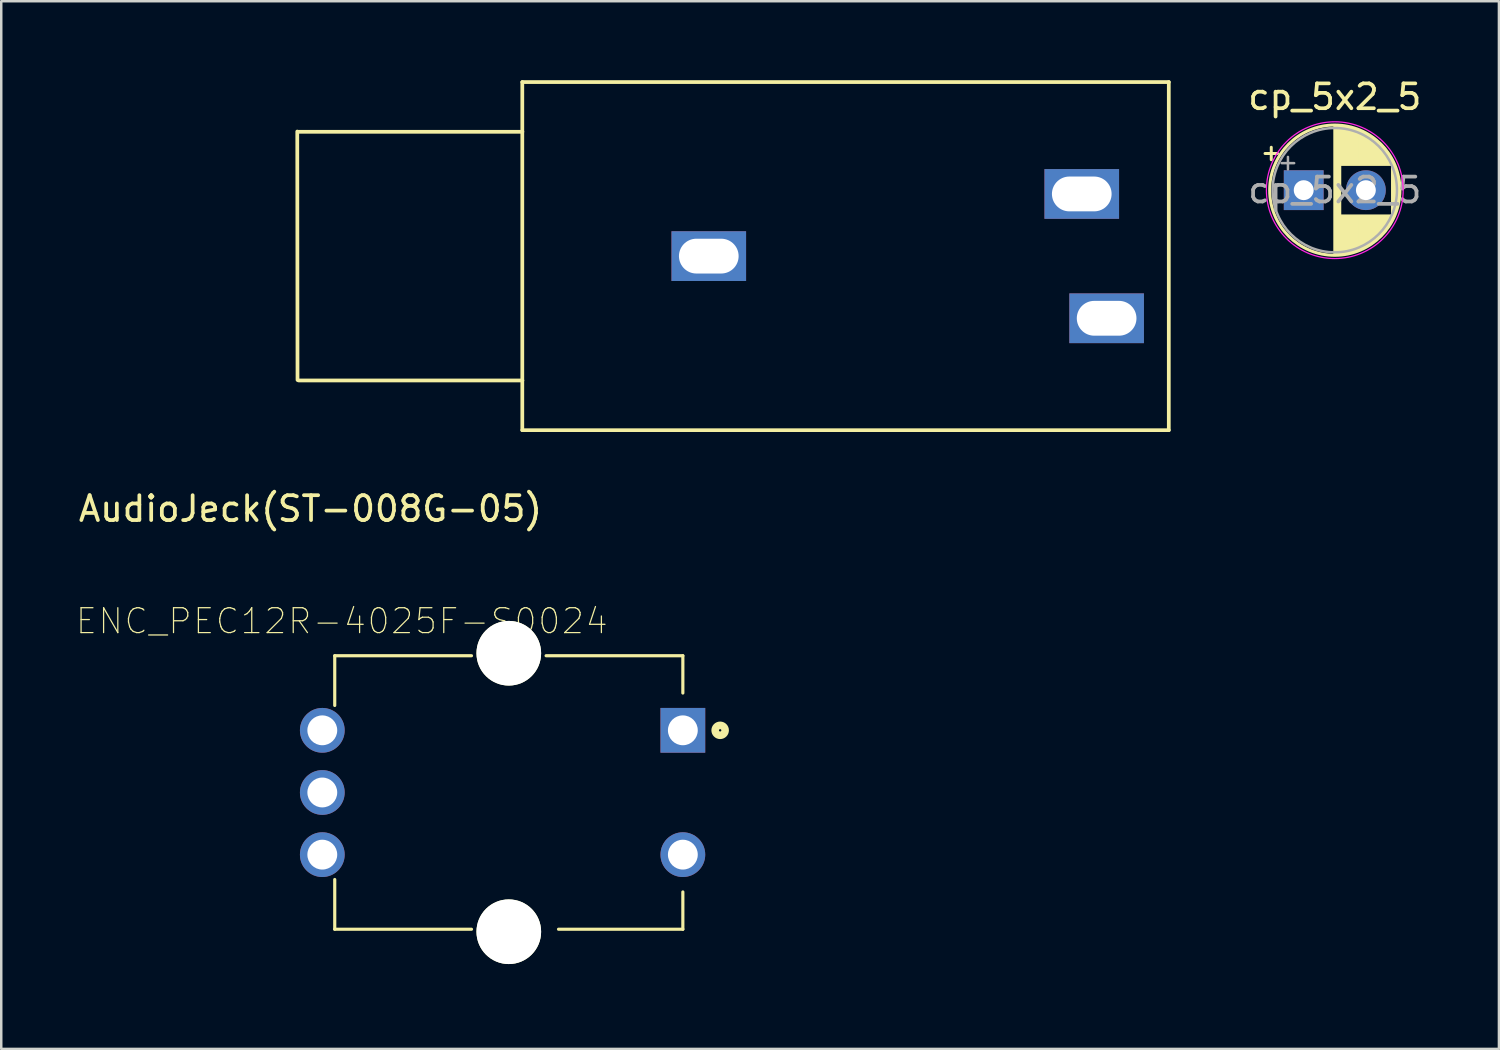
<source format=kicad_pcb>
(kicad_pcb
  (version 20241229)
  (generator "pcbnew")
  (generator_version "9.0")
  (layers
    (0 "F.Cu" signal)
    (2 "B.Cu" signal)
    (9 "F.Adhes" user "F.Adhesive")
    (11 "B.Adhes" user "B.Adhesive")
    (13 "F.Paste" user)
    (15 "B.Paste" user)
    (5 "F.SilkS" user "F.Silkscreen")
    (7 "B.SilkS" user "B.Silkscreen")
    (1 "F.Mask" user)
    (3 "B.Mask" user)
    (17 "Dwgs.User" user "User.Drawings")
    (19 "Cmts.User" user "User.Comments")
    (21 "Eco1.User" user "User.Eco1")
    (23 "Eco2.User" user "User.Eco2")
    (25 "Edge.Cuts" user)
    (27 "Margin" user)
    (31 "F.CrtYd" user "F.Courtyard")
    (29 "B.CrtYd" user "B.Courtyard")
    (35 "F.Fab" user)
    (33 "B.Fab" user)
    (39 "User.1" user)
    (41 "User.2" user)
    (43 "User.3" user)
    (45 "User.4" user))
  (footprint "cp_5x2_5"
    (layer "F.Cu")
    (at 49.381 4.598)
    (property "Reference" "cp_5x2_5" (at 1.25 -3.75 0) (layer "F.SilkS") (effects (font (size 1 1) (thickness 0.15))))
    (attr through_hole)
    (fp_line (start -1.555 -1.475) (end -1.055 -1.475) (stroke (width 0.12) (type solid)) (layer "F.SilkS"))
    (fp_line (start -1.305 -1.725) (end -1.305 -1.225) (stroke (width 0.12) (type solid)) (layer "F.SilkS"))
    (fp_line (start 1.25 -2.58) (end 1.25 2.58) (stroke (width 0.12) (type solid)) (layer "F.SilkS"))
    (fp_line (start 1.29 -2.58) (end 1.29 2.58) (stroke (width 0.12) (type solid)) (layer "F.SilkS"))
    (fp_line (start 1.33 -2.579) (end 1.33 2.579) (stroke (width 0.12) (type solid)) (layer "F.SilkS"))
    (fp_line (start 1.37 -2.578) (end 1.37 2.578) (stroke (width 0.12) (type solid)) (layer "F.SilkS"))
    (fp_line (start 1.41 -2.576) (end 1.41 2.576) (stroke (width 0.12) (type solid)) (layer "F.SilkS"))
    (fp_line (start 1.45 -2.573) (end 1.45 2.573) (stroke (width 0.12) (type solid)) (layer "F.SilkS"))
    (fp_line (start 1.49 -2.569) (end 1.49 -1.04) (stroke (width 0.12) (type solid)) (layer "F.SilkS"))
    (fp_line (start 1.49 1.04) (end 1.49 2.569) (stroke (width 0.12) (type solid)) (layer "F.SilkS"))
    (fp_line (start 1.53 -2.565) (end 1.53 -1.04) (stroke (width 0.12) (type solid)) (layer "F.SilkS"))
    (fp_line (start 1.53 1.04) (end 1.53 2.565) (stroke (width 0.12) (type solid)) (layer "F.SilkS"))
    (fp_line (start 1.57 -2.561) (end 1.57 -1.04) (stroke (width 0.12) (type solid)) (layer "F.SilkS"))
    (fp_line (start 1.57 1.04) (end 1.57 2.561) (stroke (width 0.12) (type solid)) (layer "F.SilkS"))
    (fp_line (start 1.61 -2.556) (end 1.61 -1.04) (stroke (width 0.12) (type solid)) (layer "F.SilkS"))
    (fp_line (start 1.61 1.04) (end 1.61 2.556) (stroke (width 0.12) (type solid)) (layer "F.SilkS"))
    (fp_line (start 1.65 -2.55) (end 1.65 -1.04) (stroke (width 0.12) (type solid)) (layer "F.SilkS"))
    (fp_line (start 1.65 1.04) (end 1.65 2.55) (stroke (width 0.12) (type solid)) (layer "F.SilkS"))
    (fp_line (start 1.69 -2.543) (end 1.69 -1.04) (stroke (width 0.12) (type solid)) (layer "F.SilkS"))
    (fp_line (start 1.69 1.04) (end 1.69 2.543) (stroke (width 0.12) (type solid)) (layer "F.SilkS"))
    (fp_line (start 1.73 -2.536) (end 1.73 -1.04) (stroke (width 0.12) (type solid)) (layer "F.SilkS"))
    (fp_line (start 1.73 1.04) (end 1.73 2.536) (stroke (width 0.12) (type solid)) (layer "F.SilkS"))
    (fp_line (start 1.77 -2.528) (end 1.77 -1.04) (stroke (width 0.12) (type solid)) (layer "F.SilkS"))
    (fp_line (start 1.77 1.04) (end 1.77 2.528) (stroke (width 0.12) (type solid)) (layer "F.SilkS"))
    (fp_line (start 1.81 -2.52) (end 1.81 -1.04) (stroke (width 0.12) (type solid)) (layer "F.SilkS"))
    (fp_line (start 1.81 1.04) (end 1.81 2.52) (stroke (width 0.12) (type solid)) (layer "F.SilkS"))
    (fp_line (start 1.85 -2.511) (end 1.85 -1.04) (stroke (width 0.12) (type solid)) (layer "F.SilkS"))
    (fp_line (start 1.85 1.04) (end 1.85 2.511) (stroke (width 0.12) (type solid)) (layer "F.SilkS"))
    (fp_line (start 1.89 -2.501) (end 1.89 -1.04) (stroke (width 0.12) (type solid)) (layer "F.SilkS"))
    (fp_line (start 1.89 1.04) (end 1.89 2.501) (stroke (width 0.12) (type solid)) (layer "F.SilkS"))
    (fp_line (start 1.93 -2.491) (end 1.93 -1.04) (stroke (width 0.12) (type solid)) (layer "F.SilkS"))
    (fp_line (start 1.93 1.04) (end 1.93 2.491) (stroke (width 0.12) (type solid)) (layer "F.SilkS"))
    (fp_line (start 1.971 -2.48) (end 1.971 -1.04) (stroke (width 0.12) (type solid)) (layer "F.SilkS"))
    (fp_line (start 1.971 1.04) (end 1.971 2.48) (stroke (width 0.12) (type solid)) (layer "F.SilkS"))
    (fp_line (start 2.011 -2.468) (end 2.011 -1.04) (stroke (width 0.12) (type solid)) (layer "F.SilkS"))
    (fp_line (start 2.011 1.04) (end 2.011 2.468) (stroke (width 0.12) (type solid)) (layer "F.SilkS"))
    (fp_line (start 2.051 -2.455) (end 2.051 -1.04) (stroke (width 0.12) (type solid)) (layer "F.SilkS"))
    (fp_line (start 2.051 1.04) (end 2.051 2.455) (stroke (width 0.12) (type solid)) (layer "F.SilkS"))
    (fp_line (start 2.091 -2.442) (end 2.091 -1.04) (stroke (width 0.12) (type solid)) (layer "F.SilkS"))
    (fp_line (start 2.091 1.04) (end 2.091 2.442) (stroke (width 0.12) (type solid)) (layer "F.SilkS"))
    (fp_line (start 2.131 -2.428) (end 2.131 -1.04) (stroke (width 0.12) (type solid)) (layer "F.SilkS"))
    (fp_line (start 2.131 1.04) (end 2.131 2.428) (stroke (width 0.12) (type solid)) (layer "F.SilkS"))
    (fp_line (start 2.171 -2.414) (end 2.171 -1.04) (stroke (width 0.12) (type solid)) (layer "F.SilkS"))
    (fp_line (start 2.171 1.04) (end 2.171 2.414) (stroke (width 0.12) (type solid)) (layer "F.SilkS"))
    (fp_line (start 2.211 -2.398) (end 2.211 -1.04) (stroke (width 0.12) (type solid)) (layer "F.SilkS"))
    (fp_line (start 2.211 1.04) (end 2.211 2.398) (stroke (width 0.12) (type solid)) (layer "F.SilkS"))
    (fp_line (start 2.251 -2.382) (end 2.251 -1.04) (stroke (width 0.12) (type solid)) (layer "F.SilkS"))
    (fp_line (start 2.251 1.04) (end 2.251 2.382) (stroke (width 0.12) (type solid)) (layer "F.SilkS"))
    (fp_line (start 2.291 -2.365) (end 2.291 -1.04) (stroke (width 0.12) (type solid)) (layer "F.SilkS"))
    (fp_line (start 2.291 1.04) (end 2.291 2.365) (stroke (width 0.12) (type solid)) (layer "F.SilkS"))
    (fp_line (start 2.331 -2.348) (end 2.331 -1.04) (stroke (width 0.12) (type solid)) (layer "F.SilkS"))
    (fp_line (start 2.331 1.04) (end 2.331 2.348) (stroke (width 0.12) (type solid)) (layer "F.SilkS"))
    (fp_line (start 2.371 -2.329) (end 2.371 -1.04) (stroke (width 0.12) (type solid)) (layer "F.SilkS"))
    (fp_line (start 2.371 1.04) (end 2.371 2.329) (stroke (width 0.12) (type solid)) (layer "F.SilkS"))
    (fp_line (start 2.411 -2.31) (end 2.411 -1.04) (stroke (width 0.12) (type solid)) (layer "F.SilkS"))
    (fp_line (start 2.411 1.04) (end 2.411 2.31) (stroke (width 0.12) (type solid)) (layer "F.SilkS"))
    (fp_line (start 2.451 -2.29) (end 2.451 -1.04) (stroke (width 0.12) (type solid)) (layer "F.SilkS"))
    (fp_line (start 2.451 1.04) (end 2.451 2.29) (stroke (width 0.12) (type solid)) (layer "F.SilkS"))
    (fp_line (start 2.491 -2.268) (end 2.491 -1.04) (stroke (width 0.12) (type solid)) (layer "F.SilkS"))
    (fp_line (start 2.491 1.04) (end 2.491 2.268) (stroke (width 0.12) (type solid)) (layer "F.SilkS"))
    (fp_line (start 2.531 -2.247) (end 2.531 -1.04) (stroke (width 0.12) (type solid)) (layer "F.SilkS"))
    (fp_line (start 2.531 1.04) (end 2.531 2.247) (stroke (width 0.12) (type solid)) (layer "F.SilkS"))
    (fp_line (start 2.571 -2.224) (end 2.571 -1.04) (stroke (width 0.12) (type solid)) (layer "F.SilkS"))
    (fp_line (start 2.571 1.04) (end 2.571 2.224) (stroke (width 0.12) (type solid)) (layer "F.SilkS"))
    (fp_line (start 2.611 -2.2) (end 2.611 -1.04) (stroke (width 0.12) (type solid)) (layer "F.SilkS"))
    (fp_line (start 2.611 1.04) (end 2.611 2.2) (stroke (width 0.12) (type solid)) (layer "F.SilkS"))
    (fp_line (start 2.651 -2.175) (end 2.651 -1.04) (stroke (width 0.12) (type solid)) (layer "F.SilkS"))
    (fp_line (start 2.651 1.04) (end 2.651 2.175) (stroke (width 0.12) (type solid)) (layer "F.SilkS"))
    (fp_line (start 2.691 -2.149) (end 2.691 -1.04) (stroke (width 0.12) (type solid)) (layer "F.SilkS"))
    (fp_line (start 2.691 1.04) (end 2.691 2.149) (stroke (width 0.12) (type solid)) (layer "F.SilkS"))
    (fp_line (start 2.731 -2.122) (end 2.731 -1.04) (stroke (width 0.12) (type solid)) (layer "F.SilkS"))
    (fp_line (start 2.731 1.04) (end 2.731 2.122) (stroke (width 0.12) (type solid)) (layer "F.SilkS"))
    (fp_line (start 2.771 -2.095) (end 2.771 -1.04) (stroke (width 0.12) (type solid)) (layer "F.SilkS"))
    (fp_line (start 2.771 1.04) (end 2.771 2.095) (stroke (width 0.12) (type solid)) (layer "F.SilkS"))
    (fp_line (start 2.811 -2.065) (end 2.811 -1.04) (stroke (width 0.12) (type solid)) (layer "F.SilkS"))
    (fp_line (start 2.811 1.04) (end 2.811 2.065) (stroke (width 0.12) (type solid)) (layer "F.SilkS"))
    (fp_line (start 2.851 -2.035) (end 2.851 -1.04) (stroke (width 0.12) (type solid)) (layer "F.SilkS"))
    (fp_line (start 2.851 1.04) (end 2.851 2.035) (stroke (width 0.12) (type solid)) (layer "F.SilkS"))
    (fp_line (start 2.891 -2.004) (end 2.891 -1.04) (stroke (width 0.12) (type solid)) (layer "F.SilkS"))
    (fp_line (start 2.891 1.04) (end 2.891 2.004) (stroke (width 0.12) (type solid)) (layer "F.SilkS"))
    (fp_line (start 2.931 -1.971) (end 2.931 -1.04) (stroke (width 0.12) (type solid)) (layer "F.SilkS"))
    (fp_line (start 2.931 1.04) (end 2.931 1.971) (stroke (width 0.12) (type solid)) (layer "F.SilkS"))
    (fp_line (start 2.971 -1.937) (end 2.971 -1.04) (stroke (width 0.12) (type solid)) (layer "F.SilkS"))
    (fp_line (start 2.971 1.04) (end 2.971 1.937) (stroke (width 0.12) (type solid)) (layer "F.SilkS"))
    (fp_line (start 3.011 -1.901) (end 3.011 -1.04) (stroke (width 0.12) (type solid)) (layer "F.SilkS"))
    (fp_line (start 3.011 1.04) (end 3.011 1.901) (stroke (width 0.12) (type solid)) (layer "F.SilkS"))
    (fp_line (start 3.051 -1.864) (end 3.051 -1.04) (stroke (width 0.12) (type solid)) (layer "F.SilkS"))
    (fp_line (start 3.051 1.04) (end 3.051 1.864) (stroke (width 0.12) (type solid)) (layer "F.SilkS"))
    (fp_line (start 3.091 -1.826) (end 3.091 -1.04) (stroke (width 0.12) (type solid)) (layer "F.SilkS"))
    (fp_line (start 3.091 1.04) (end 3.091 1.826) (stroke (width 0.12) (type solid)) (layer "F.SilkS"))
    (fp_line (start 3.131 -1.785) (end 3.131 -1.04) (stroke (width 0.12) (type solid)) (layer "F.SilkS"))
    (fp_line (start 3.131 1.04) (end 3.131 1.785) (stroke (width 0.12) (type solid)) (layer "F.SilkS"))
    (fp_line (start 3.171 -1.743) (end 3.171 -1.04) (stroke (width 0.12) (type solid)) (layer "F.SilkS"))
    (fp_line (start 3.171 1.04) (end 3.171 1.743) (stroke (width 0.12) (type solid)) (layer "F.SilkS"))
    (fp_line (start 3.211 -1.699) (end 3.211 -1.04) (stroke (width 0.12) (type solid)) (layer "F.SilkS"))
    (fp_line (start 3.211 1.04) (end 3.211 1.699) (stroke (width 0.12) (type solid)) (layer "F.SilkS"))
    (fp_line (start 3.251 -1.653) (end 3.251 -1.04) (stroke (width 0.12) (type solid)) (layer "F.SilkS"))
    (fp_line (start 3.251 1.04) (end 3.251 1.653) (stroke (width 0.12) (type solid)) (layer "F.SilkS"))
    (fp_line (start 3.291 -1.605) (end 3.291 -1.04) (stroke (width 0.12) (type solid)) (layer "F.SilkS"))
    (fp_line (start 3.291 1.04) (end 3.291 1.605) (stroke (width 0.12) (type solid)) (layer "F.SilkS"))
    (fp_line (start 3.331 -1.554) (end 3.331 -1.04) (stroke (width 0.12) (type solid)) (layer "F.SilkS"))
    (fp_line (start 3.331 1.04) (end 3.331 1.554) (stroke (width 0.12) (type solid)) (layer "F.SilkS"))
    (fp_line (start 3.371 -1.5) (end 3.371 -1.04) (stroke (width 0.12) (type solid)) (layer "F.SilkS"))
    (fp_line (start 3.371 1.04) (end 3.371 1.5) (stroke (width 0.12) (type solid)) (layer "F.SilkS"))
    (fp_line (start 3.411 -1.443) (end 3.411 -1.04) (stroke (width 0.12) (type solid)) (layer "F.SilkS"))
    (fp_line (start 3.411 1.04) (end 3.411 1.443) (stroke (width 0.12) (type solid)) (layer "F.SilkS"))
    (fp_line (start 3.451 -1.383) (end 3.451 -1.04) (stroke (width 0.12) (type solid)) (layer "F.SilkS"))
    (fp_line (start 3.451 1.04) (end 3.451 1.383) (stroke (width 0.12) (type solid)) (layer "F.SilkS"))
    (fp_line (start 3.491 -1.319) (end 3.491 -1.04) (stroke (width 0.12) (type solid)) (layer "F.SilkS"))
    (fp_line (start 3.491 1.04) (end 3.491 1.319) (stroke (width 0.12) (type solid)) (layer "F.SilkS"))
    (fp_line (start 3.531 -1.251) (end 3.531 -1.04) (stroke (width 0.12) (type solid)) (layer "F.SilkS"))
    (fp_line (start 3.531 1.04) (end 3.531 1.251) (stroke (width 0.12) (type solid)) (layer "F.SilkS"))
    (fp_line (start 3.571 -1.178) (end 3.571 1.178) (stroke (width 0.12) (type solid)) (layer "F.SilkS"))
    (fp_line (start 3.611 -1.098) (end 3.611 1.098) (stroke (width 0.12) (type solid)) (layer "F.SilkS"))
    (fp_line (start 3.651 -1.011) (end 3.651 1.011) (stroke (width 0.12) (type solid)) (layer "F.SilkS"))
    (fp_line (start 3.691 -0.915) (end 3.691 0.915) (stroke (width 0.12) (type solid)) (layer "F.SilkS"))
    (fp_line (start 3.731 -0.805) (end 3.731 0.805) (stroke (width 0.12) (type solid)) (layer "F.SilkS"))
    (fp_line (start 3.771 -0.677) (end 3.771 0.677) (stroke (width 0.12) (type solid)) (layer "F.SilkS"))
    (fp_line (start 3.811 -0.518) (end 3.811 0.518) (stroke (width 0.12) (type solid)) (layer "F.SilkS"))
    (fp_line (start 3.851 -0.284) (end 3.851 0.284) (stroke (width 0.12) (type solid)) (layer "F.SilkS"))
    (fp_circle (center 1.25 0) (end 3.87 0) (stroke (width 0.12) (type solid)) (fill no) (layer "F.SilkS"))
    (fp_circle (center 1.25 0) (end 4 0) (stroke (width 0.05) (type solid)) (fill no) (layer "F.CrtYd"))
    (fp_line (start -0.884 -1.087) (end -0.384 -1.087) (stroke (width 0.1) (type solid)) (layer "F.Fab"))
    (fp_line (start -0.634 -1.337) (end -0.634 -0.838) (stroke (width 0.1) (type solid)) (layer "F.Fab"))
    (fp_circle (center 1.25 0) (end 3.75 0) (stroke (width 0.1) (type solid)) (fill no) (layer "F.Fab"))
    (fp_text user "${REFERENCE}" (at 1.25 0 0) (layer "F.Fab") (effects (font (size 1 1) (thickness 0.15))))
    (pad "1" thru_hole rect (at 0 0) (size 1.6 1.6) (drill 0.8) (layers "*.Cu" "*.Mask"))
    (pad "2" thru_hole circle (at 2.5 0) (size 1.6 1.6) (drill 0.8) (layers "*.Cu" "*.Mask")))
  (footprint "ENC_PEC12R-4025F-S0024"
    (layer "F.Cu")
    (at 17.412 28.821)
    (property "Reference" "ENC_PEC12R-4025F-S0024" (at -6.715 -6.89 0) (layer "F.SilkS") (effects (font (size 1.001 1.001) (thickness 0.05))))
    (attr through_hole)
    (fp_line (start -7 -5.5) (end -7 -3.5) (stroke (width 0.127) (type solid)) (layer "F.SilkS"))
    (fp_line (start -7 5.5) (end -7 3.5) (stroke (width 0.127) (type solid)) (layer "F.SilkS"))
    (fp_line (start -1.5 -5.5) (end -7 -5.5) (stroke (width 0.127) (type solid)) (layer "F.SilkS"))
    (fp_line (start -1.5 5.5) (end -7 5.5) (stroke (width 0.127) (type solid)) (layer "F.SilkS"))
    (fp_line (start 7 -5.5) (end 1.5 -5.5) (stroke (width 0.127) (type solid)) (layer "F.SilkS"))
    (fp_line (start 7 -4) (end 7 -5.5) (stroke (width 0.127) (type solid)) (layer "F.SilkS"))
    (fp_line (start 7 4) (end 7 5.5) (stroke (width 0.127) (type solid)) (layer "F.SilkS"))
    (fp_line (start 7 5.5) (end 2 5.5) (stroke (width 0.127) (type solid)) (layer "F.SilkS"))
    (fp_circle (center 8.5 -2.5) (end 8.7 -2.5) (stroke (width 0.305) (type solid)) (fill no) (layer "F.SilkS"))
    (fp_line (start -8.7 -3.75) (end -8.7 3.75) (stroke (width 0.127) (type solid)) (layer "Eco1.User"))
    (fp_line (start -8.7 3.75) (end -7.25 3.75) (stroke (width 0.127) (type solid)) (layer "Eco1.User"))
    (fp_line (start -7.25 -5.75) (end -7.25 -3.75) (stroke (width 0.127) (type solid)) (layer "Eco1.User"))
    (fp_line (start -7.25 -3.75) (end -8.7 -3.75) (stroke (width 0.127) (type solid)) (layer "Eco1.User"))
    (fp_line (start -7.25 3.75) (end -7.25 5.75) (stroke (width 0.127) (type solid)) (layer "Eco1.User"))
    (fp_line (start -7.25 5.75) (end -1.5 5.75) (stroke (width 0.127) (type solid)) (layer "Eco1.User"))
    (fp_line (start -1.5 -7.25) (end -1.5 -5.75) (stroke (width 0.127) (type solid)) (layer "Eco1.User"))
    (fp_line (start -1.5 -5.75) (end -7.25 -5.75) (stroke (width 0.127) (type solid)) (layer "Eco1.User"))
    (fp_line (start -1.5 5.75) (end -1.5 7.25) (stroke (width 0.127) (type solid)) (layer "Eco1.User"))
    (fp_line (start -1.5 7.25) (end 1.5 7.25) (stroke (width 0.127) (type solid)) (layer "Eco1.User"))
    (fp_line (start 1.5 -7.25) (end -1.5 -7.25) (stroke (width 0.127) (type solid)) (layer "Eco1.User"))
    (fp_line (start 1.5 -5.75) (end 1.5 -7.25) (stroke (width 0.127) (type solid)) (layer "Eco1.User"))
    (fp_line (start 1.5 5.75) (end 7.25 5.75) (stroke (width 0.127) (type solid)) (layer "Eco1.User"))
    (fp_line (start 1.5 7.25) (end 1.5 5.75) (stroke (width 0.127) (type solid)) (layer "Eco1.User"))
    (fp_line (start 7.25 -5.75) (end 1.5 -5.75) (stroke (width 0.127) (type solid)) (layer "Eco1.User"))
    (fp_line (start 7.25 -3.75) (end 7.25 -5.75) (stroke (width 0.127) (type solid)) (layer "Eco1.User"))
    (fp_line (start 7.25 3.5) (end 8.2 3.5) (stroke (width 0.127) (type solid)) (layer "Eco1.User"))
    (fp_line (start 7.25 5.75) (end 7.25 3.5) (stroke (width 0.127) (type solid)) (layer "Eco1.User"))
    (fp_line (start 8.2 -3.75) (end 7.25 -3.75) (stroke (width 0.127) (type solid)) (layer "Eco1.User"))
    (fp_line (start 8.2 3.5) (end 8.2 -3.75) (stroke (width 0.127) (type solid)) (layer "Eco1.User"))
    (fp_line (start -1 -2) (end -1 2) (stroke (width 0.127) (type solid)) (layer "Eco2.User"))
    (fp_line (start -0.75 -1.75) (end -0.75 1.75) (stroke (width 0.127) (type solid)) (layer "Eco2.User"))
    (fp_arc (start -0.998952 -2.000524) (mid 2.236065 0.000586) (end -1 2) (stroke (width 0.127) (type solid)) (layer "Eco2.User"))
    (fp_arc (start -0.747036 -1.751267) (mid 1.903938 0.001612) (end -0.75 1.75) (stroke (width 0.127) (type solid)) (layer "Eco2.User"))
    (fp_circle (center -5.5 -4.5) (end -4.941 -4.5) (stroke (width 0.127) (type solid)) (fill no) (layer "Eco2.User"))
    (fp_circle (center -5.5 4.5) (end -4.941 4.5) (stroke (width 0.127) (type solid)) (fill no) (layer "Eco2.User"))
    (fp_circle (center 0 0) (end 2.5 0) (stroke (width 0.127) (type solid)) (fill no) (layer "Eco2.User"))
    (fp_circle (center 5.5 -4.5) (end 6.059 -4.5) (stroke (width 0.127) (type solid)) (fill no) (layer "Eco2.User"))
    (fp_circle (center 5.5 4.5) (end 6.059 4.5) (stroke (width 0.127) (type solid)) (fill no) (layer "Eco2.User"))
    (pad "" np_thru_hole circle (at 0 -5.6) (size 2.6 2.6) (drill 2.6) (layers "*.Cu" "*.Mask" "F.SilkS"))
    (pad "" np_thru_hole circle (at 0 5.6) (size 2.6 2.6) (drill 2.6) (layers "*.Cu" "*.Mask" "F.SilkS"))
    (pad "1" thru_hole rect (at 7 -2.5 270) (size 1.8 1.8) (drill 1.2) (layers "*.Cu" "*.Mask"))
    (pad "2" thru_hole circle (at 7 2.5 270) (size 1.8 1.8) (drill 1.2) (layers "*.Cu" "*.Mask"))
    (pad "A" thru_hole circle (at -7.5 -2.5 270) (size 1.8 1.8) (drill 1.2) (layers "*.Cu" "*.Mask"))
    (pad "B" thru_hole circle (at -7.5 2.5 270) (size 1.8 1.8) (drill 1.2) (layers "*.Cu" "*.Mask"))
    (pad "C" thru_hole circle (at -7.5 0 270) (size 1.8 1.8) (drill 1.2) (layers "*.Cu" "*.Mask")))
  (footprint "AudioJeck(ST-008G-05)"
    (layer "F.Cu")
    (at 8.955 0.25)
    (property "Reference" "AudioJeck(ST-008G-05)" (at 0.48 17.16 0) (layer "F.SilkS") (effects (font (size 1 1) (thickness 0.15))))
    (attr through_hole)
    (fp_line (start -0.05 1.99) (end -0.04 11.98) (stroke (width 0.15) (type solid)) (layer "F.SilkS"))
    (fp_line (start 0 2) (end 9 2) (stroke (width 0.15) (type solid)) (layer "F.SilkS"))
    (fp_line (start 0 12) (end 9 12) (stroke (width 0.15) (type solid)) (layer "F.SilkS"))
    (fp_line (start 9 0) (end 9 2) (stroke (width 0.15) (type solid)) (layer "F.SilkS"))
    (fp_line (start 9 0) (end 35 0) (stroke (width 0.15) (type solid)) (layer "F.SilkS"))
    (fp_line (start 9 2) (end 9 12) (stroke (width 0.15) (type solid)) (layer "F.SilkS"))
    (fp_line (start 9 12) (end 9 14) (stroke (width 0.15) (type solid)) (layer "F.SilkS"))
    (fp_line (start 9 14) (end 35 14) (stroke (width 0.15) (type solid)) (layer "F.SilkS"))
    (fp_line (start 35 0) (end 35 14) (stroke (width 0.15) (type solid)) (layer "F.SilkS"))
    (pad "1" thru_hole rect (at 16.5 7) (size 3 2) (drill oval 2.4 1.4) (layers "*.Cu" "*.Mask"))
    (pad "2" thru_hole rect (at 31.5 4.5) (size 3 2) (drill oval 2.4 1.4) (layers "*.Cu" "*.Mask"))
    (pad "4" thru_hole rect (at 32.5 9.5) (size 3 2) (drill oval 2.4 1.4) (layers "*.Cu" "*.Mask")))
  (gr_rect
    (start -3 -3)
    (end 57.232 39.135)
    (stroke (width 0.1) (type default))
    (fill no)
    (layer "Edge.Cuts")))
</source>
